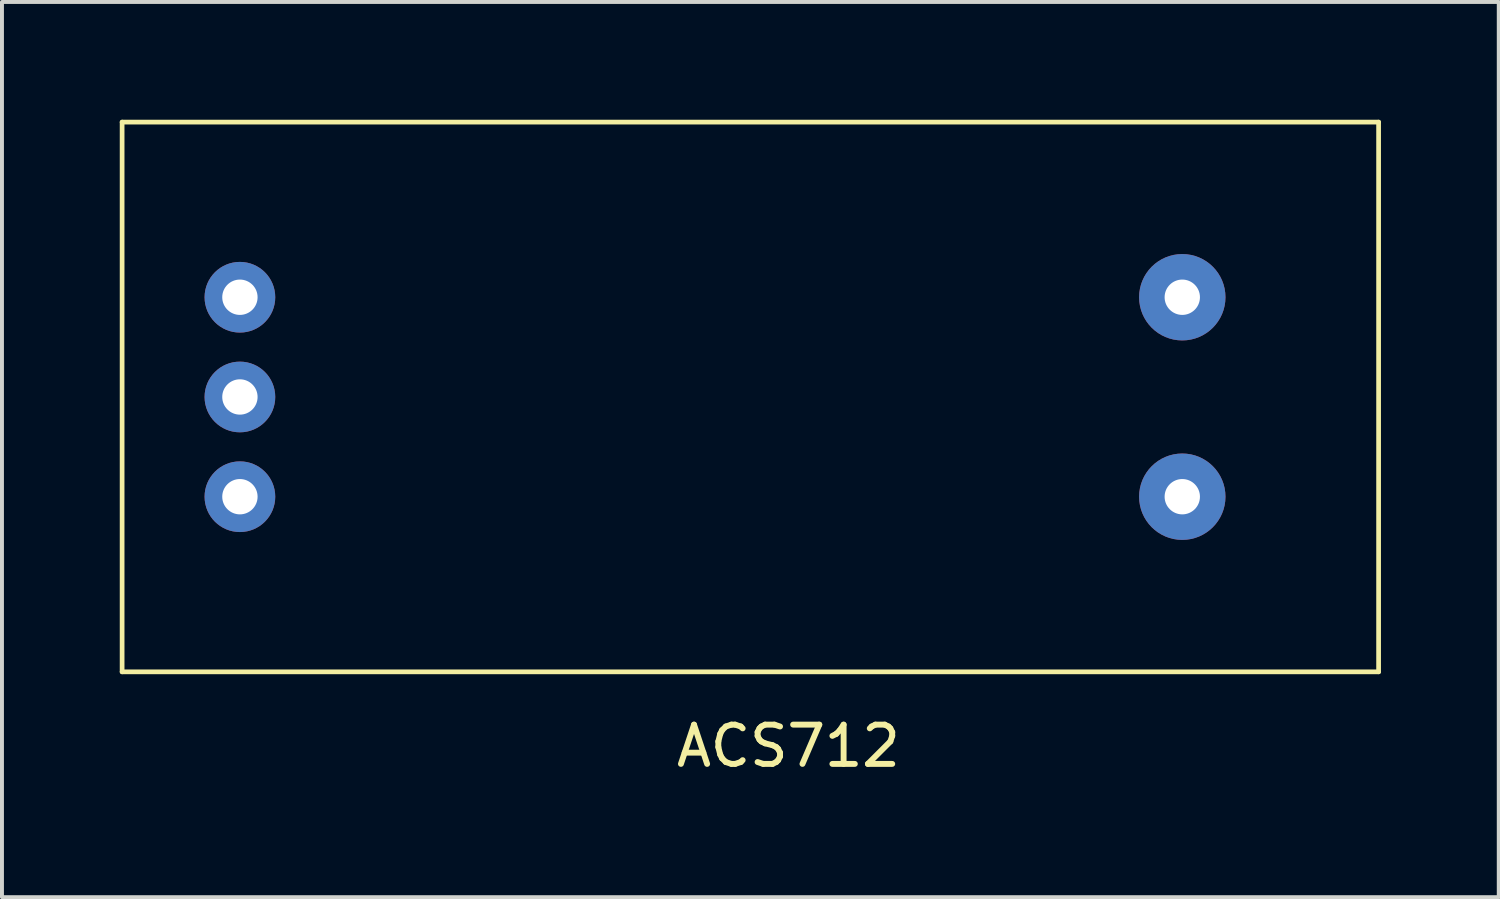
<source format=kicad_pcb>
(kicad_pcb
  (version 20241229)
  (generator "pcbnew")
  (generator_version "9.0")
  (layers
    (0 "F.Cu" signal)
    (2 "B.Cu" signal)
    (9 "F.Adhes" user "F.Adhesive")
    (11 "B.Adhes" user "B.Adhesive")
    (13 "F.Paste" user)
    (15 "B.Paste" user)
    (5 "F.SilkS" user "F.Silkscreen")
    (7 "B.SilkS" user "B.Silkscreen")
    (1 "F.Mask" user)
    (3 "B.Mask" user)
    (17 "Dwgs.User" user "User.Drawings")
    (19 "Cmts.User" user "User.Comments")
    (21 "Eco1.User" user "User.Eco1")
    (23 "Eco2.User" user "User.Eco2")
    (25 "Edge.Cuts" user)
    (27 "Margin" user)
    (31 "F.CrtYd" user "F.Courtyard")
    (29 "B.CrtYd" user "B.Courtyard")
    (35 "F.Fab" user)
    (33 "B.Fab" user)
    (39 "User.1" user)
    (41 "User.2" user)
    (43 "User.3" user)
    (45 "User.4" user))
  (footprint "ACS712"
    (layer "F.Cu")
    (at 3.06 7.06)
    (property "Reference" "ACS712" (at 13.97 8.89 0) (layer "F.SilkS") (effects (font (size 1 1) (thickness 0.15))))
    (attr through_hole)
    (fp_line (start -3 -7) (end 29 -7) (stroke (width 0.12) (type solid)) (layer "F.SilkS"))
    (fp_line (start -3 7) (end -3 -7) (stroke (width 0.12) (type solid)) (layer "F.SilkS"))
    (fp_line (start -3 7) (end 29 7) (stroke (width 0.12) (type solid)) (layer "F.SilkS"))
    (fp_line (start 29 -7) (end 29 7) (stroke (width 0.12) (type solid)) (layer "F.SilkS"))
    (pad "1" thru_hole circle (at 0 -2.54) (size 1.8 1.8) (drill 0.9) (layers "*.Cu" "*.Mask"))
    (pad "2" thru_hole circle (at 0 0) (size 1.8 1.8) (drill 0.9) (layers "*.Cu" "*.Mask"))
    (pad "3" thru_hole circle (at 0 2.54) (size 1.8 1.8) (drill 0.9) (layers "*.Cu" "*.Mask"))
    (pad "4" thru_hole circle (at 24 -2.54) (size 2.2 2.2) (drill 0.9) (layers "*.Cu" "*.Mask"))
    (pad "5" thru_hole circle (at 24 2.54) (size 2.2 2.2) (drill 0.9) (layers "*.Cu" "*.Mask")))
  (gr_rect
    (start -3 -3)
    (end 35.12 19.798)
    (stroke (width 0.1) (type default))
    (fill no)
    (layer "Edge.Cuts")))
</source>
